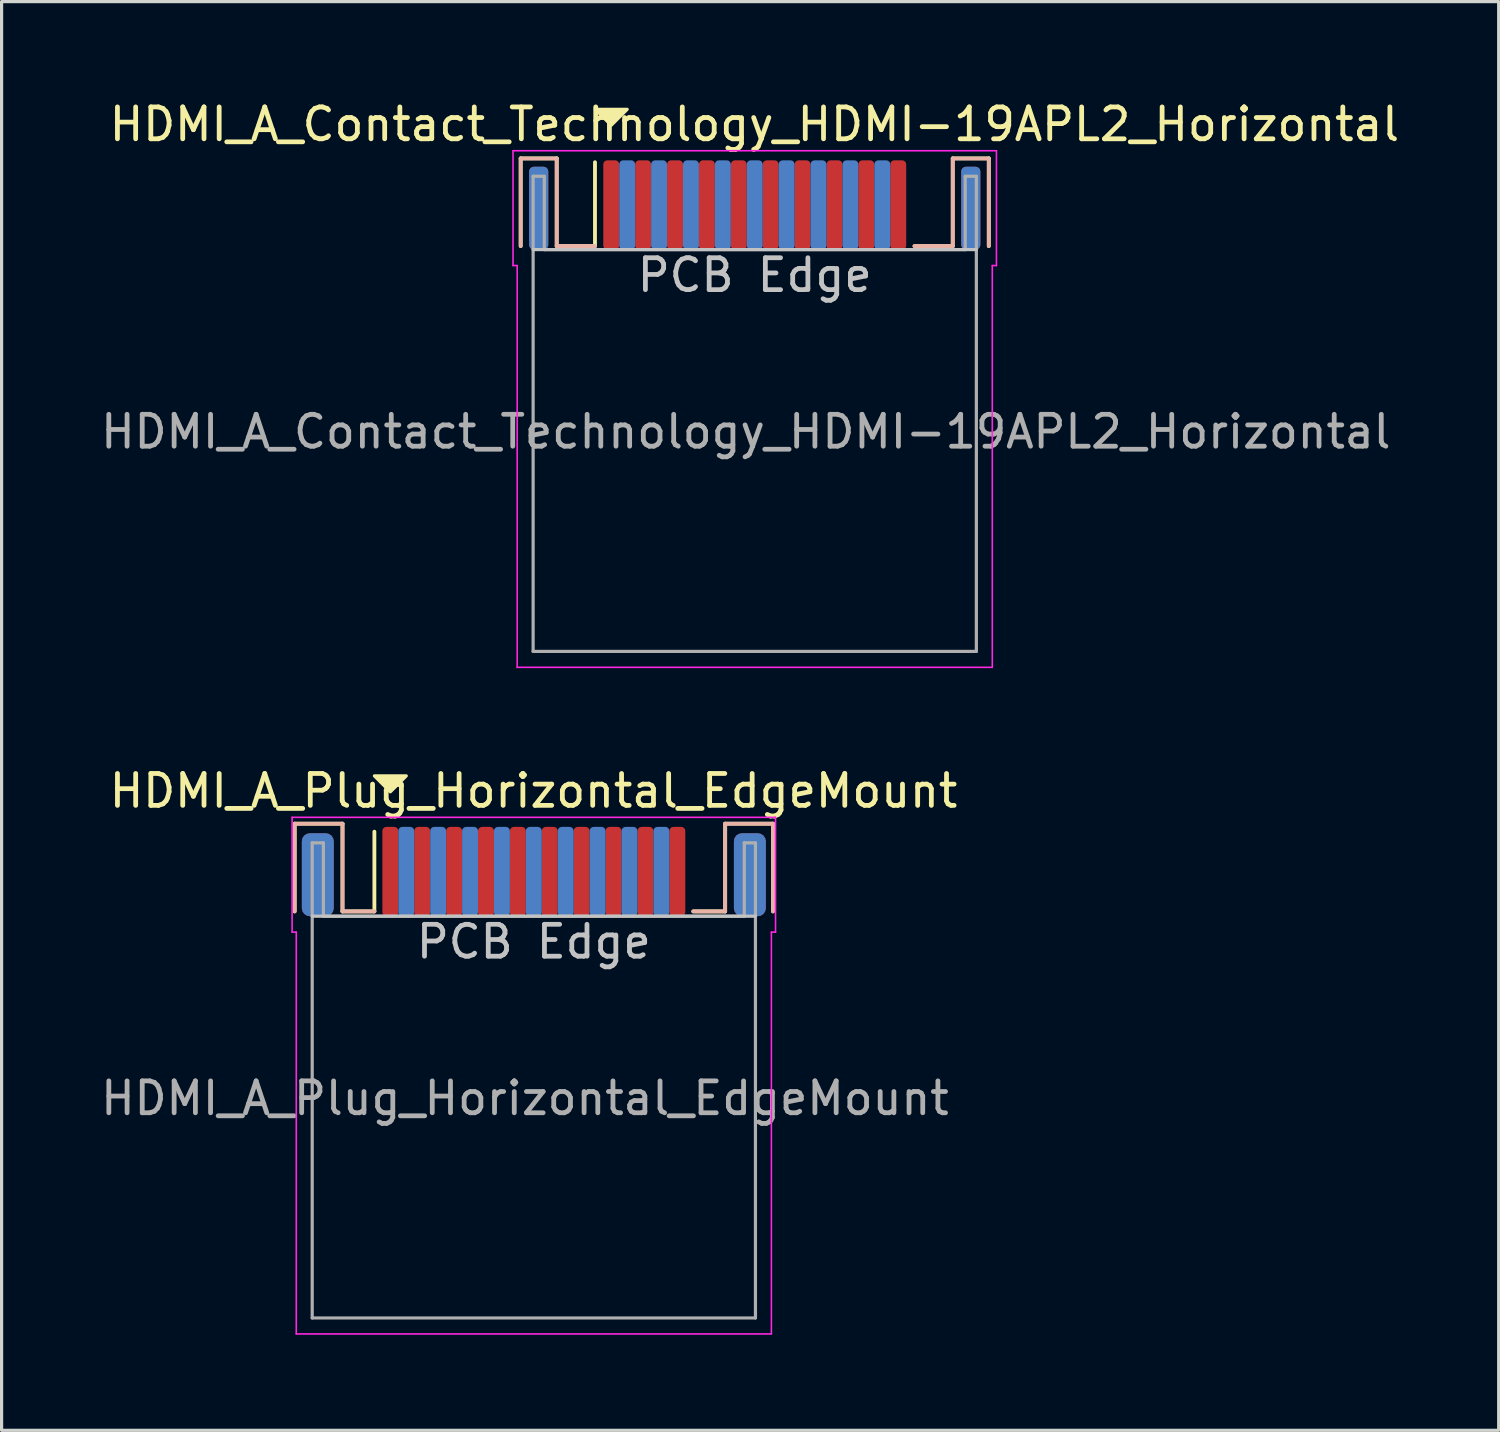
<source format=kicad_pcb>
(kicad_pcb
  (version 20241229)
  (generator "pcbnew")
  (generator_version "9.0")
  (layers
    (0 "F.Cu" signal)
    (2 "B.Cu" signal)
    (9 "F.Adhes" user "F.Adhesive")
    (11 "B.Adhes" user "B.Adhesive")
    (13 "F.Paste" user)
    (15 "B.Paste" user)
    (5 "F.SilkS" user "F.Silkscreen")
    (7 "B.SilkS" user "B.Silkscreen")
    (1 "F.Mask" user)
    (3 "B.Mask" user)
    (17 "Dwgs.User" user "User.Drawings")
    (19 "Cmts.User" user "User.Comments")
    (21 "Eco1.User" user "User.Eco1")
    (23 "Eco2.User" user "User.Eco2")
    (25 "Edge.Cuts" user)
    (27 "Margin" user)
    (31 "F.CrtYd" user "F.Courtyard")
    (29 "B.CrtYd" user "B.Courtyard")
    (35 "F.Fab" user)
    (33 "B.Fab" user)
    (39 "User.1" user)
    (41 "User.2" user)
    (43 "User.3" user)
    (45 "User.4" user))
  (footprint "HDMI_A_Plug_Horizontal_EdgeMount"
    (layer "F.Cu")
    (at 13.691 24.282)
    (property "Reference" "HDMI_A_Plug_Horizontal_EdgeMount" (at -0.01 -2.53 0) (layer "F.SilkS") (effects (font (size 1 1) (thickness 0.15))))
    (attr smd)
    (fp_line (start -7.5 -1.5) (end -6 -1.5) (stroke (width 0.12) (type solid)) (layer "F.SilkS"))
    (fp_line (start -7.5 1.25) (end -7.5 -1.5) (stroke (width 0.12) (type solid)) (layer "F.SilkS"))
    (fp_line (start -6 -1.5) (end -6 1.25) (stroke (width 0.12) (type solid)) (layer "F.SilkS"))
    (fp_line (start -6 1.25) (end -5 1.25) (stroke (width 0.12) (type solid)) (layer "F.SilkS"))
    (fp_line (start -5 1.25) (end -5 -1.25) (stroke (width 0.12) (type solid)) (layer "F.SilkS"))
    (fp_line (start 6 -1.5) (end 6 1.25) (stroke (width 0.12) (type solid)) (layer "F.SilkS"))
    (fp_line (start 6 1.25) (end 5 1.25) (stroke (width 0.12) (type solid)) (layer "F.SilkS"))
    (fp_line (start 7.5 -1.5) (end 6 -1.5) (stroke (width 0.12) (type solid)) (layer "F.SilkS"))
    (fp_line (start 7.5 1.25) (end 7.5 -1.5) (stroke (width 0.12) (type solid)) (layer "F.SilkS"))
    (fp_poly (pts (xy -4.5 -2.5) (xy -5 -3) (xy -4 -3)) (stroke (width 0.1) (type solid)) (fill yes) (layer "F.SilkS"))
    (fp_line (start -7.5 -1.5) (end -6 -1.5) (stroke (width 0.12) (type solid)) (layer "B.SilkS"))
    (fp_line (start -7.5 1.25) (end -7.5 -1.5) (stroke (width 0.12) (type solid)) (layer "B.SilkS"))
    (fp_line (start -6 -1.5) (end -6 1.25) (stroke (width 0.12) (type solid)) (layer "B.SilkS"))
    (fp_line (start -6 1.25) (end -5 1.25) (stroke (width 0.12) (type solid)) (layer "B.SilkS"))
    (fp_line (start 5 1.25) (end 6 1.25) (stroke (width 0.12) (type solid)) (layer "B.SilkS"))
    (fp_line (start 6 -1.5) (end 7.5 -1.5) (stroke (width 0.12) (type solid)) (layer "B.SilkS"))
    (fp_line (start 6 1.25) (end 6 -1.5) (stroke (width 0.12) (type solid)) (layer "B.SilkS"))
    (fp_line (start 7.5 -1.5) (end 7.5 1.25) (stroke (width 0.12) (type solid)) (layer "B.SilkS"))
    (fp_line (start -6.95 1.4) (end 6.95 1.4) (stroke (width 0.1) (type solid)) (layer "Dwgs.User"))
    (fp_line (start -7.58 1.9) (end -7.58 -1.7) (stroke (width 0.05) (type solid)) (layer "F.CrtYd"))
    (fp_line (start -7.45 1.9) (end -7.58 1.9) (stroke (width 0.05) (type solid)) (layer "F.CrtYd"))
    (fp_line (start -7.45 14.5) (end -7.45 1.9) (stroke (width 0.05) (type solid)) (layer "F.CrtYd"))
    (fp_line (start -7.45 14.5) (end 7.45 14.5) (stroke (width 0.05) (type solid)) (layer "F.CrtYd"))
    (fp_line (start 7.45 1.9) (end 7.58 1.9) (stroke (width 0.05) (type solid)) (layer "F.CrtYd"))
    (fp_line (start 7.45 14.5) (end 7.45 1.9) (stroke (width 0.05) (type solid)) (layer "F.CrtYd"))
    (fp_line (start 7.58 -1.7) (end -7.58 -1.7) (stroke (width 0.05) (type solid)) (layer "F.CrtYd"))
    (fp_line (start 7.58 1.9) (end 7.58 -1.7) (stroke (width 0.05) (type solid)) (layer "F.CrtYd"))
    (fp_line (start -6.95 -0.9) (end -6.95 14) (stroke (width 0.1) (type solid)) (layer "F.Fab"))
    (fp_line (start -6.95 -0.9) (end -6.6 -0.9) (stroke (width 0.1) (type solid)) (layer "F.Fab"))
    (fp_line (start -6.95 14) (end 6.95 14) (stroke (width 0.1) (type solid)) (layer "F.Fab"))
    (fp_line (start -6.6 -0.9) (end -6.6 1.4) (stroke (width 0.1) (type solid)) (layer "F.Fab"))
    (fp_line (start -6.6 1.4) (end 6.6 1.4) (stroke (width 0.1) (type solid)) (layer "F.Fab"))
    (fp_line (start 6.6 -0.9) (end 6.6 1.4) (stroke (width 0.1) (type solid)) (layer "F.Fab"))
    (fp_line (start 6.95 -0.9) (end 6.6 -0.9) (stroke (width 0.1) (type solid)) (layer "F.Fab"))
    (fp_line (start 6.95 -0.9) (end 6.95 14) (stroke (width 0.1) (type solid)) (layer "F.Fab"))
    (fp_text user "PCB Edge" (at 0 2.2 0) (layer "Dwgs.User") (effects (font (size 1 1) (thickness 0.15))))
    (fp_text user "${REFERENCE}" (at -0.28 7.11 0) (layer "F.Fab") (effects (font (size 1 1) (thickness 0.15))))
    (pad "1" smd roundrect (at -4.5 0) (size 0.5 2.8) (layers "F.Cu" "F.Mask" "F.Paste") (roundrect_rratio 0.25))
    (pad "2" smd roundrect (at -4 0) (size 0.5 2.8) (layers "B.Cu" "B.Mask" "B.Paste") (roundrect_rratio 0.25))
    (pad "3" smd roundrect (at -3.5 0) (size 0.5 2.8) (layers "F.Cu" "F.Mask" "F.Paste") (roundrect_rratio 0.25))
    (pad "4" smd roundrect (at -3 0) (size 0.5 2.8) (layers "B.Cu" "B.Mask" "B.Paste") (roundrect_rratio 0.25))
    (pad "5" smd roundrect (at -2.5 0) (size 0.5 2.8) (layers "F.Cu" "F.Mask" "F.Paste") (roundrect_rratio 0.25))
    (pad "6" smd roundrect (at -2 0) (size 0.5 2.8) (layers "B.Cu" "B.Mask" "B.Paste") (roundrect_rratio 0.25))
    (pad "7" smd roundrect (at -1.5 0) (size 0.5 2.8) (layers "F.Cu" "F.Mask" "F.Paste") (roundrect_rratio 0.25))
    (pad "8" smd roundrect (at -1 0) (size 0.5 2.8) (layers "B.Cu" "B.Mask" "B.Paste") (roundrect_rratio 0.25))
    (pad "9" smd roundrect (at -0.5 0) (size 0.5 2.8) (layers "F.Cu" "F.Mask" "F.Paste") (roundrect_rratio 0.25))
    (pad "10" smd roundrect (at 0 0) (size 0.5 2.8) (layers "B.Cu" "B.Mask" "B.Paste") (roundrect_rratio 0.25))
    (pad "11" smd roundrect (at 0.5 0) (size 0.5 2.8) (layers "F.Cu" "F.Mask" "F.Paste") (roundrect_rratio 0.25))
    (pad "12" smd roundrect (at 1 0) (size 0.5 2.8) (layers "B.Cu" "B.Mask" "B.Paste") (roundrect_rratio 0.25))
    (pad "13" smd roundrect (at 1.5 0) (size 0.5 2.8) (layers "F.Cu" "F.Mask" "F.Paste") (roundrect_rratio 0.25))
    (pad "14" smd roundrect (at 2 0) (size 0.5 2.8) (layers "B.Cu" "B.Mask" "B.Paste") (roundrect_rratio 0.25))
    (pad "15" smd roundrect (at 2.5 0) (size 0.5 2.8) (layers "F.Cu" "F.Mask" "F.Paste") (roundrect_rratio 0.25))
    (pad "16" smd roundrect (at 3 0) (size 0.5 2.8) (layers "B.Cu" "B.Mask" "B.Paste") (roundrect_rratio 0.25))
    (pad "17" smd roundrect (at 3.5 0) (size 0.5 2.8) (layers "F.Cu" "F.Mask" "F.Paste") (roundrect_rratio 0.25))
    (pad "18" smd roundrect (at 4 0) (size 0.5 2.8) (layers "B.Cu" "B.Mask" "B.Paste") (roundrect_rratio 0.25))
    (pad "19" smd roundrect (at 4.5 0) (size 0.5 2.8) (layers "F.Cu" "F.Mask" "F.Paste") (roundrect_rratio 0.25))
    (pad "SH" smd roundrect (at -6.775 0.1) (size 1 2.6) (layers "F.Cu" "F.Mask" "F.Paste") (roundrect_rratio 0.25))
    (pad "SH" smd roundrect (at -6.775 0.1) (size 1 2.6) (layers "B.Cu" "B.Mask" "B.Paste") (roundrect_rratio 0.25))
    (pad "SH" smd roundrect (at 6.775 0.1) (size 1 2.6) (layers "F.Cu" "F.Mask" "F.Paste") (roundrect_rratio 0.25))
    (pad "SH" smd roundrect (at 6.775 0.1) (size 1 2.6) (layers "B.Cu" "B.Mask" "B.Paste") (roundrect_rratio 0.25)))
  (footprint "HDMI_A_Contact_Technology_HDMI-19APL2_Horizontal"
    (layer "F.Cu")
    (at 20.619 3.378)
    (property "Reference" "HDMI_A_Contact_Technology_HDMI-19APL2_Horizontal" (at -0.01 -2.53 0) (layer "F.SilkS") (effects (font (size 1 1) (thickness 0.15))))
    (attr smd)
    (fp_line (start -7.34 -1.46) (end -6.21 -1.46) (stroke (width 0.12) (type solid)) (layer "F.SilkS"))
    (fp_line (start -7.34 1.29) (end -7.34 -1.46) (stroke (width 0.12) (type solid)) (layer "F.SilkS"))
    (fp_line (start -6.21 -1.46) (end -6.21 1.29) (stroke (width 0.12) (type solid)) (layer "F.SilkS"))
    (fp_line (start -6.21 1.29) (end -5.01 1.29) (stroke (width 0.12) (type solid)) (layer "F.SilkS"))
    (fp_line (start -5.01 1.29) (end -5.01 -1.34) (stroke (width 0.12) (type solid)) (layer "F.SilkS"))
    (fp_line (start 6.21 -1.46) (end 6.21 1.29) (stroke (width 0.12) (type solid)) (layer "F.SilkS"))
    (fp_line (start 6.21 1.29) (end 5.01 1.29) (stroke (width 0.12) (type solid)) (layer "F.SilkS"))
    (fp_line (start 7.34 -1.46) (end 6.21 -1.46) (stroke (width 0.12) (type solid)) (layer "F.SilkS"))
    (fp_line (start 7.34 1.29) (end 7.34 -1.46) (stroke (width 0.12) (type solid)) (layer "F.SilkS"))
    (fp_poly (pts (xy -4.5 -2.5) (xy -5 -3) (xy -4 -3)) (stroke (width 0.1) (type solid)) (fill yes) (layer "F.SilkS"))
    (fp_line (start -7.34 -1.46) (end -6.21 -1.46) (stroke (width 0.12) (type solid)) (layer "B.SilkS"))
    (fp_line (start -7.34 1.29) (end -7.34 -1.46) (stroke (width 0.12) (type solid)) (layer "B.SilkS"))
    (fp_line (start -6.21 -1.46) (end -6.21 1.29) (stroke (width 0.12) (type solid)) (layer "B.SilkS"))
    (fp_line (start -6.21 1.29) (end -5.01 1.29) (stroke (width 0.12) (type solid)) (layer "B.SilkS"))
    (fp_line (start 6.21 -1.46) (end 6.21 1.29) (stroke (width 0.12) (type solid)) (layer "B.SilkS"))
    (fp_line (start 6.21 1.29) (end 5.01 1.29) (stroke (width 0.12) (type solid)) (layer "B.SilkS"))
    (fp_line (start 7.34 -1.46) (end 6.21 -1.46) (stroke (width 0.12) (type solid)) (layer "B.SilkS"))
    (fp_line (start 7.34 1.29) (end 7.34 -1.46) (stroke (width 0.12) (type solid)) (layer "B.SilkS"))
    (fp_line (start -6.95 1.4) (end 6.95 1.4) (stroke (width 0.1) (type solid)) (layer "Dwgs.User"))
    (fp_line (start -7.58 1.9) (end -7.58 -1.7) (stroke (width 0.05) (type solid)) (layer "F.CrtYd"))
    (fp_line (start -7.45 1.9) (end -7.58 1.9) (stroke (width 0.05) (type solid)) (layer "F.CrtYd"))
    (fp_line (start -7.45 14.5) (end -7.45 1.9) (stroke (width 0.05) (type solid)) (layer "F.CrtYd"))
    (fp_line (start -7.45 14.5) (end 7.45 14.5) (stroke (width 0.05) (type solid)) (layer "F.CrtYd"))
    (fp_line (start 7.45 1.9) (end 7.58 1.9) (stroke (width 0.05) (type solid)) (layer "F.CrtYd"))
    (fp_line (start 7.45 14.5) (end 7.45 1.9) (stroke (width 0.05) (type solid)) (layer "F.CrtYd"))
    (fp_line (start 7.58 -1.7) (end -7.58 -1.7) (stroke (width 0.05) (type solid)) (layer "F.CrtYd"))
    (fp_line (start 7.58 1.9) (end 7.58 -1.7) (stroke (width 0.05) (type solid)) (layer "F.CrtYd"))
    (fp_line (start -6.95 -0.9) (end -6.95 14) (stroke (width 0.1) (type solid)) (layer "F.Fab"))
    (fp_line (start -6.95 -0.9) (end -6.6 -0.9) (stroke (width 0.1) (type solid)) (layer "F.Fab"))
    (fp_line (start -6.95 14) (end 6.95 14) (stroke (width 0.1) (type solid)) (layer "F.Fab"))
    (fp_line (start -6.6 -0.9) (end -6.6 1.4) (stroke (width 0.1) (type solid)) (layer "F.Fab"))
    (fp_line (start -6.6 1.4) (end 6.6 1.4) (stroke (width 0.1) (type solid)) (layer "F.Fab"))
    (fp_line (start 6.6 -0.9) (end 6.6 1.4) (stroke (width 0.1) (type solid)) (layer "F.Fab"))
    (fp_line (start 6.95 -0.9) (end 6.6 -0.9) (stroke (width 0.1) (type solid)) (layer "F.Fab"))
    (fp_line (start 6.95 -0.9) (end 6.95 14) (stroke (width 0.1) (type solid)) (layer "F.Fab"))
    (fp_text user "PCB Edge" (at 0 2.2 0) (layer "Dwgs.User") (effects (font (size 1 1) (thickness 0.15))))
    (fp_text user "${REFERENCE}" (at -0.28 7.11 0) (layer "F.Fab") (effects (font (size 1 1) (thickness 0.15))))
    (pad "1" smd roundrect (at -4.5 0) (size 0.5 2.8) (layers "F.Cu" "F.Mask" "F.Paste") (roundrect_rratio 0.25))
    (pad "2" smd roundrect (at -4 0) (size 0.5 2.8) (layers "B.Cu" "B.Mask" "B.Paste") (roundrect_rratio 0.25))
    (pad "3" smd roundrect (at -3.5 0) (size 0.5 2.8) (layers "F.Cu" "F.Mask" "F.Paste") (roundrect_rratio 0.25))
    (pad "4" smd roundrect (at -3 0) (size 0.5 2.8) (layers "B.Cu" "B.Mask" "B.Paste") (roundrect_rratio 0.25))
    (pad "5" smd roundrect (at -2.5 0) (size 0.5 2.8) (layers "F.Cu" "F.Mask" "F.Paste") (roundrect_rratio 0.25))
    (pad "6" smd roundrect (at -2 0) (size 0.5 2.8) (layers "B.Cu" "B.Mask" "B.Paste") (roundrect_rratio 0.25))
    (pad "7" smd roundrect (at -1.5 0) (size 0.5 2.8) (layers "F.Cu" "F.Mask" "F.Paste") (roundrect_rratio 0.25))
    (pad "8" smd roundrect (at -1 0) (size 0.5 2.8) (layers "B.Cu" "B.Mask" "B.Paste") (roundrect_rratio 0.25))
    (pad "9" smd roundrect (at -0.5 0) (size 0.5 2.8) (layers "F.Cu" "F.Mask" "F.Paste") (roundrect_rratio 0.25))
    (pad "10" smd roundrect (at 0 0) (size 0.5 2.8) (layers "B.Cu" "B.Mask" "B.Paste") (roundrect_rratio 0.25))
    (pad "11" smd roundrect (at 0.5 0) (size 0.5 2.8) (layers "F.Cu" "F.Mask" "F.Paste") (roundrect_rratio 0.25))
    (pad "12" smd roundrect (at 1 0) (size 0.5 2.8) (layers "B.Cu" "B.Mask" "B.Paste") (roundrect_rratio 0.25))
    (pad "13" smd roundrect (at 1.5 0) (size 0.5 2.8) (layers "F.Cu" "F.Mask" "F.Paste") (roundrect_rratio 0.25))
    (pad "14" smd roundrect (at 2 0) (size 0.5 2.8) (layers "B.Cu" "B.Mask" "B.Paste") (roundrect_rratio 0.25))
    (pad "15" smd roundrect (at 2.5 0) (size 0.5 2.8) (layers "F.Cu" "F.Mask" "F.Paste") (roundrect_rratio 0.25))
    (pad "16" smd roundrect (at 3 0) (size 0.5 2.8) (layers "B.Cu" "B.Mask" "B.Paste") (roundrect_rratio 0.25))
    (pad "17" smd roundrect (at 3.5 0) (size 0.5 2.8) (layers "F.Cu" "F.Mask" "F.Paste") (roundrect_rratio 0.25))
    (pad "18" smd roundrect (at 4 0) (size 0.5 2.8) (layers "B.Cu" "B.Mask" "B.Paste") (roundrect_rratio 0.25))
    (pad "19" smd roundrect (at 4.5 0) (size 0.5 2.8) (layers "F.Cu" "F.Mask" "F.Paste") (roundrect_rratio 0.25))
    (pad "SH" smd roundrect (at -6.775 0.1) (size 0.6 2.6) (layers "F.Cu" "F.Mask" "F.Paste") (roundrect_rratio 0.25))
    (pad "SH" smd roundrect (at -6.775 0.1) (size 0.6 2.6) (layers "B.Cu" "B.Mask" "B.Paste") (roundrect_rratio 0.25))
    (pad "SH" smd roundrect (at 6.775 0.1) (size 0.6 2.6) (layers "F.Cu" "F.Mask" "F.Paste") (roundrect_rratio 0.25))
    (pad "SH" smd roundrect (at 6.775 0.1) (size 0.6 2.6) (layers "B.Cu" "B.Mask" "B.Paste") (roundrect_rratio 0.25)))
  (gr_rect
    (start -3 -3)
    (end 43.949 41.806)
    (stroke (width 0.1) (type default))
    (fill no)
    (layer "Edge.Cuts")))
</source>
